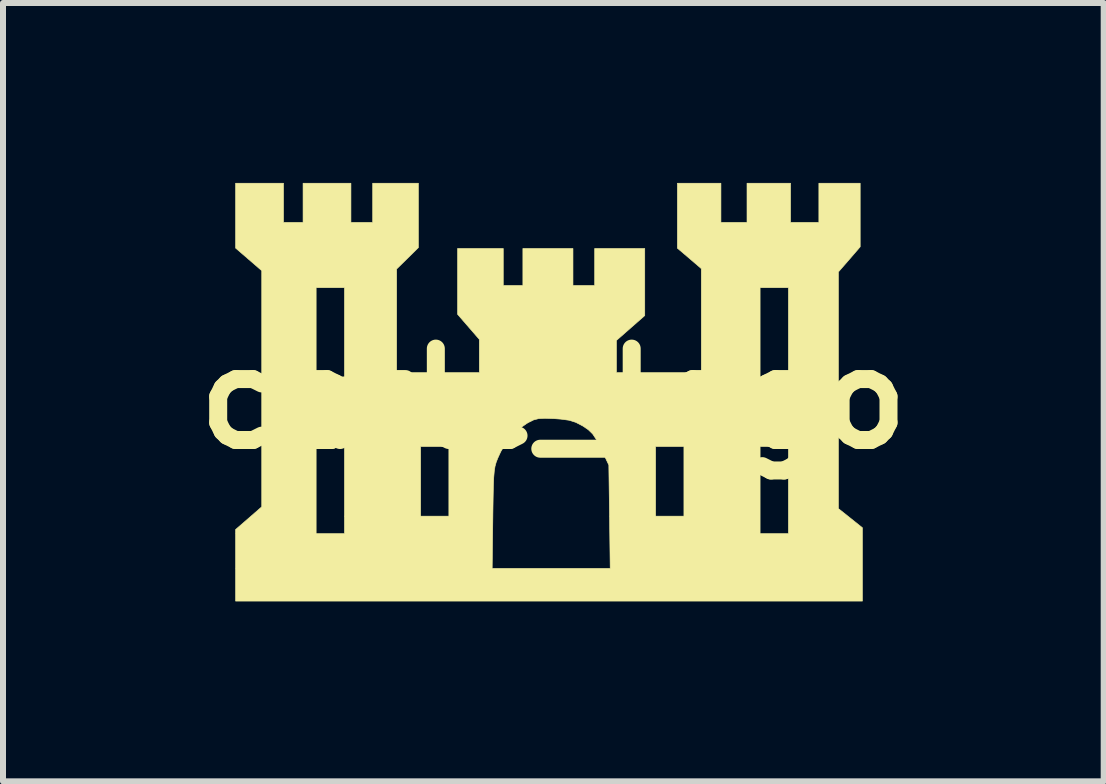
<source format=kicad_pcb>
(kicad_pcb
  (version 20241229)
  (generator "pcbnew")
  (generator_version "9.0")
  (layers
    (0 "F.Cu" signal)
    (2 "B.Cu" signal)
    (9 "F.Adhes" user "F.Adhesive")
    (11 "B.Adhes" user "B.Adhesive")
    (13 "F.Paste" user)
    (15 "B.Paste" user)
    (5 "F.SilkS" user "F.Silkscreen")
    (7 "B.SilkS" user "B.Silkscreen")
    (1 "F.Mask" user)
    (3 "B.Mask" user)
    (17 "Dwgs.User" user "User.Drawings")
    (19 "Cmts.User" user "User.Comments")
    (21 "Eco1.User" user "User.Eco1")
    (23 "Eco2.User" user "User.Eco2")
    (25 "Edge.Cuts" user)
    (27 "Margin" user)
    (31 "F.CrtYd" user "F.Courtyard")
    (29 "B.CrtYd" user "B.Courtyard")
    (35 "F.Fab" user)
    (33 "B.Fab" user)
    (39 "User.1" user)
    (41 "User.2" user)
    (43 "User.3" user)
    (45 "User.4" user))
  (footprint "catle_logo"
    (layer "F.Cu")
    (at 6.176 3.597)
    (property "Reference" "catle_logo" (at 0 0 0) (layer "F.SilkS") (effects (font (size 1.524 1.524) (thickness 0.3))))
    (attr through_hole)
    (fp_poly (pts (xy -4.499 -2.939) (xy -4.173 -2.939) (xy -4.173 -3.592) (xy -3.375 -3.592) (xy -3.375 -2.939) (xy -3.012 -2.939) (xy -3.012 -3.592) (xy -2.25 -3.592) (xy -2.25 -2.519) (xy -2.431 -2.34) (xy -2.613 -2.162) (xy -2.613 -0.435) (xy -1.234 -0.435) (xy -1.234 -0.988) (xy -1.597 -1.407) (xy -1.597 -2.504) (xy -0.835 -2.504) (xy -0.835 -1.887) (xy -0.508 -1.887) (xy -0.508 -2.504) (xy 0.327 -2.504) (xy 0.327 -1.887) (xy 0.689 -1.887) (xy 0.689 -2.504) (xy 1.524 -2.504) (xy 1.524 -1.385) (xy 1.288 -1.178) (xy 1.052 -0.971) (xy 1.052 -0.435) (xy 2.467 -0.435) (xy 2.467 -1.851) (xy 3.447 -1.851) (xy 3.447 -0.363) (xy 3.919 -0.363) (xy 3.919 -1.851) (xy 3.447 -1.851) (xy 2.467 -1.851) (xy 2.467 -2.168) (xy 2.268 -2.339) (xy 2.068 -2.509) (xy 2.068 -3.592) (xy 2.794 -3.592) (xy 2.794 -2.939) (xy 3.229 -2.939) (xy 3.229 -3.592) (xy 3.955 -3.592) (xy 3.955 -2.939) (xy 4.427 -2.939) (xy 4.427 -3.592) (xy 5.116 -3.592) (xy 5.116 -2.532) (xy 4.935 -2.322) (xy 4.753 -2.113) (xy 4.753 1.833) (xy 4.953 1.992) (xy 5.153 2.152) (xy 5.153 3.375) (xy -5.298 3.375) (xy -5.298 2.83) (xy -1.02 2.83) (xy 0.948 2.83) (xy 0.937 1.968) (xy 0.925 1.107) (xy 0.794 0.832) (xy 0.777 0.798) (xy 1.705 0.798) (xy 1.705 1.959) (xy 2.177 1.959) (xy 2.177 0.798) (xy 3.447 0.798) (xy 3.447 2.25) (xy 3.919 2.25) (xy 3.919 0.798) (xy 3.447 0.798) (xy 2.177 0.798) (xy 1.705 0.798) (xy 0.777 0.798) (xy 0.72 0.686) (xy 0.655 0.588) (xy 0.583 0.518) (xy 0.488 0.454) (xy 0.486 0.453) (xy 0.374 0.395) (xy 0.262 0.36) (xy 0.123 0.341) (xy 0.014 0.333) (xy -0.14 0.328) (xy -0.246 0.333) (xy -0.328 0.354) (xy -0.411 0.395) (xy -0.441 0.412) (xy -0.62 0.537) (xy -0.757 0.684) (xy -0.873 0.877) (xy -0.896 0.925) (xy -0.928 0.996) (xy -0.953 1.06) (xy -0.972 1.127) (xy -0.985 1.209) (xy -0.994 1.317) (xy -1 1.461) (xy -1.004 1.652) (xy -1.008 1.902) (xy -1.009 1.987) (xy -1.02 2.83) (xy -5.298 2.83) (xy -5.298 2.182) (xy -5.08 1.993) (xy -4.862 1.803) (xy -4.862 0.798) (xy -3.955 0.798) (xy -3.955 2.25) (xy -3.483 2.25) (xy -3.483 0.798) (xy -2.213 0.798) (xy -2.213 1.959) (xy -1.742 1.959) (xy -1.742 0.798) (xy -2.213 0.798) (xy -3.483 0.798) (xy -3.955 0.798) (xy -4.862 0.798) (xy -4.862 -1.851) (xy -3.955 -1.851) (xy -3.955 -0.363) (xy -3.483 -0.363) (xy -3.483 -1.851) (xy -3.955 -1.851) (xy -4.862 -1.851) (xy -4.862 -2.134) (xy -5.298 -2.511) (xy -5.298 -3.052) (xy -5.298 -3.592) (xy -4.499 -3.592) (xy -4.499 -2.939)) (stroke (width 0.01) (type solid)) (fill yes) (layer "F.SilkS")))
  (gr_rect
    (start -3 -3)
    (end 15.352 9.977)
    (stroke (width 0.1) (type default))
    (fill no)
    (layer "Edge.Cuts")))
</source>
